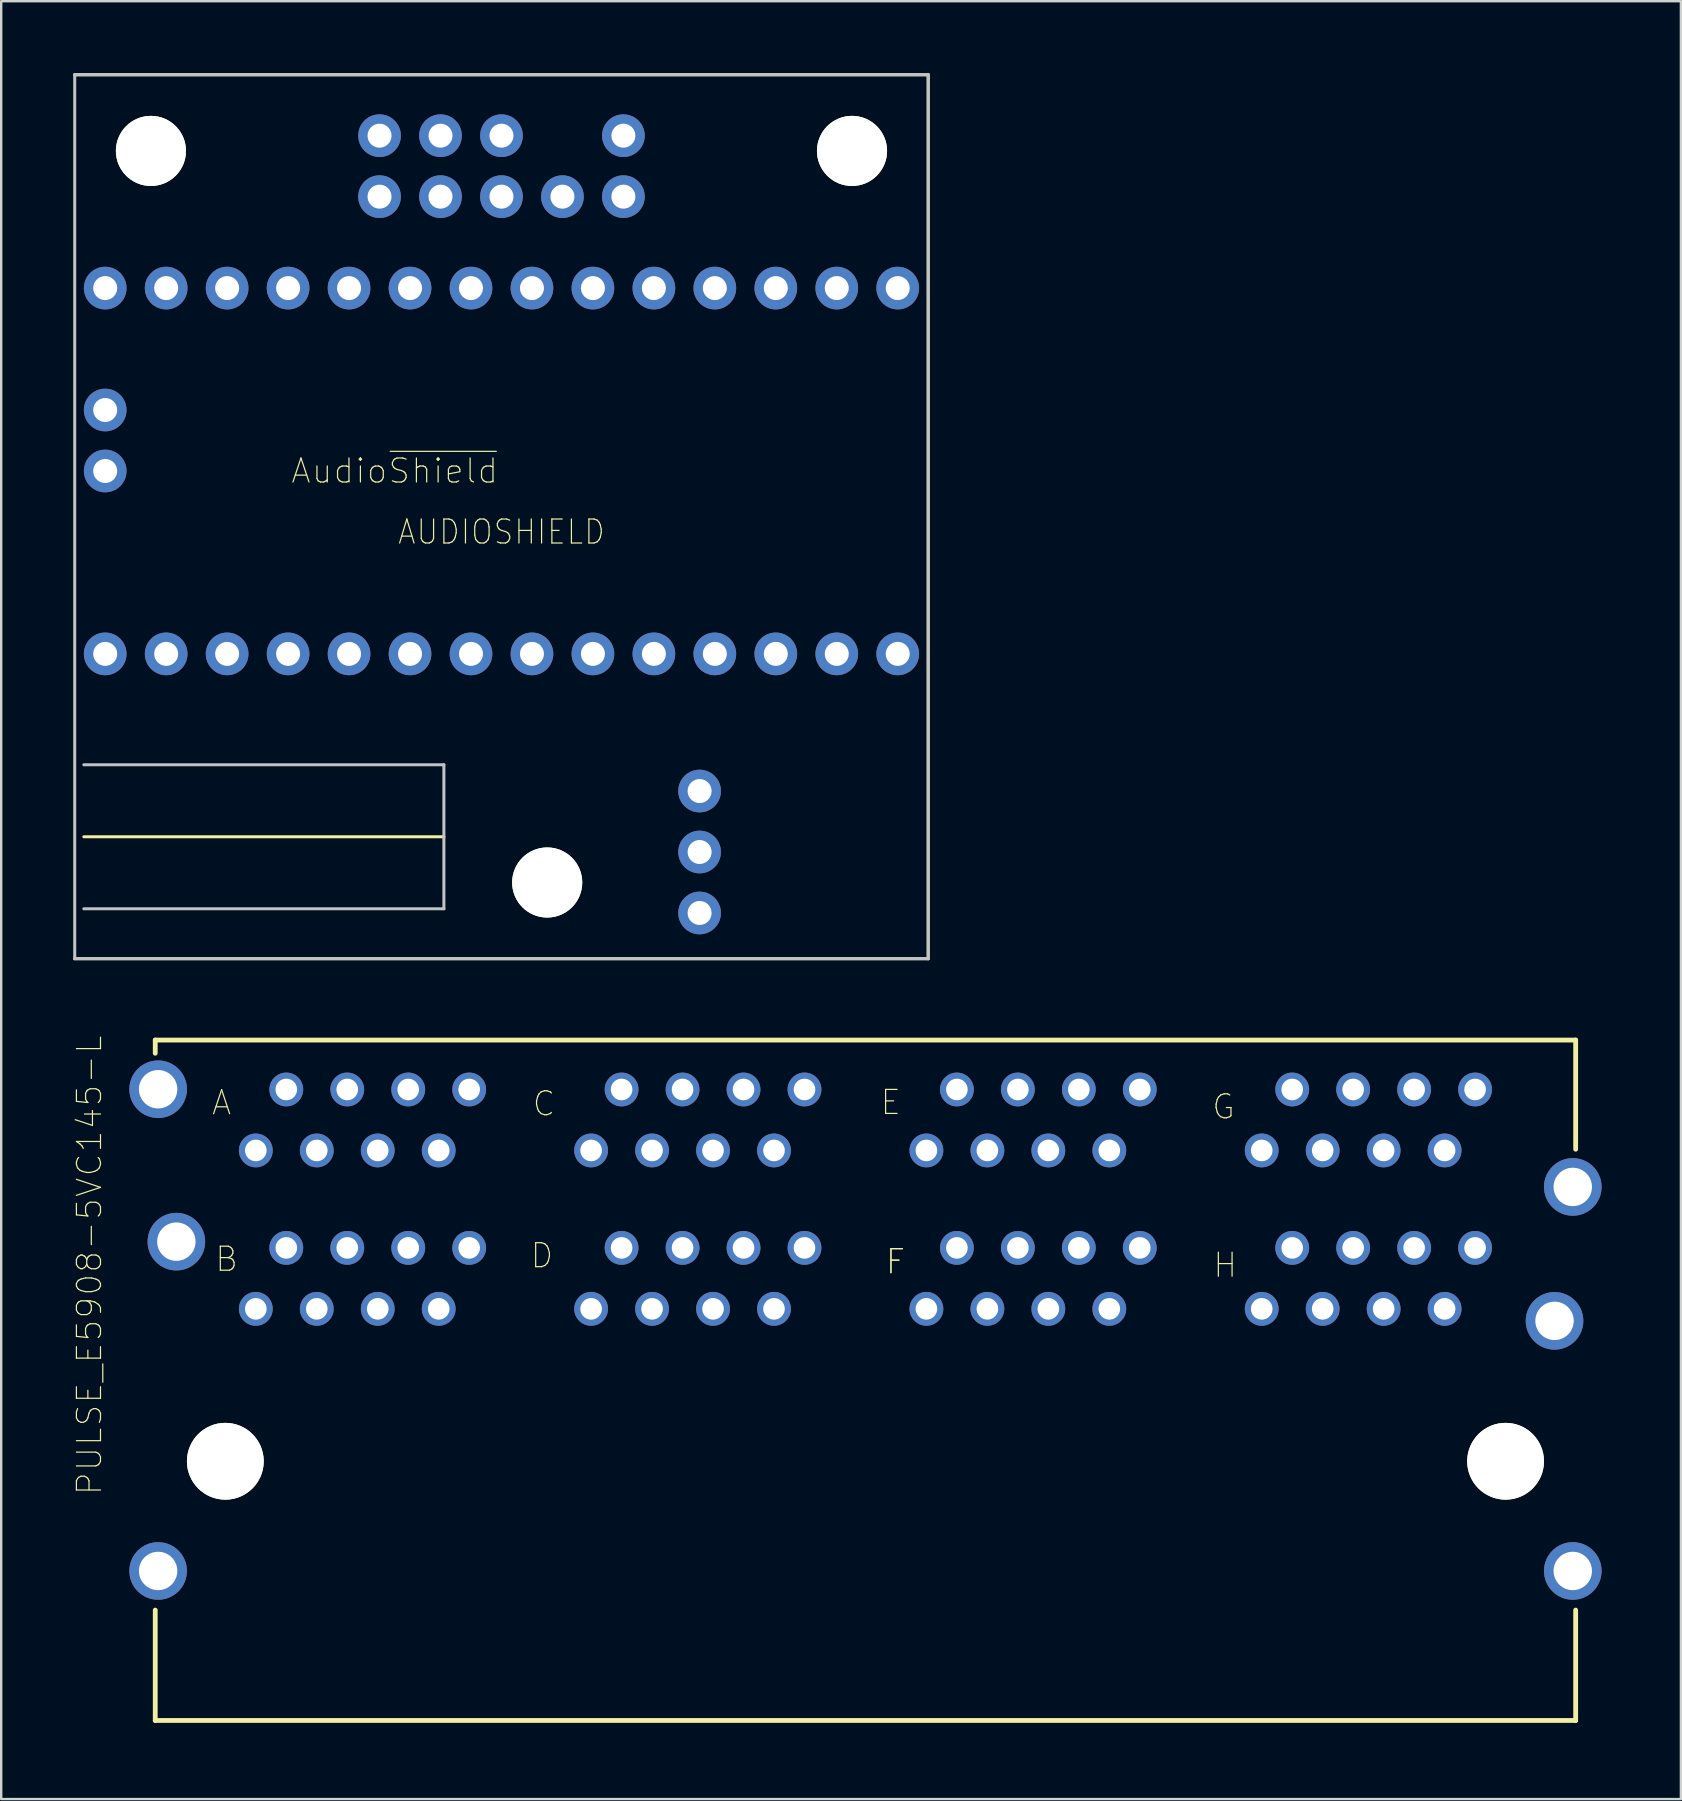
<source format=kicad_pcb>
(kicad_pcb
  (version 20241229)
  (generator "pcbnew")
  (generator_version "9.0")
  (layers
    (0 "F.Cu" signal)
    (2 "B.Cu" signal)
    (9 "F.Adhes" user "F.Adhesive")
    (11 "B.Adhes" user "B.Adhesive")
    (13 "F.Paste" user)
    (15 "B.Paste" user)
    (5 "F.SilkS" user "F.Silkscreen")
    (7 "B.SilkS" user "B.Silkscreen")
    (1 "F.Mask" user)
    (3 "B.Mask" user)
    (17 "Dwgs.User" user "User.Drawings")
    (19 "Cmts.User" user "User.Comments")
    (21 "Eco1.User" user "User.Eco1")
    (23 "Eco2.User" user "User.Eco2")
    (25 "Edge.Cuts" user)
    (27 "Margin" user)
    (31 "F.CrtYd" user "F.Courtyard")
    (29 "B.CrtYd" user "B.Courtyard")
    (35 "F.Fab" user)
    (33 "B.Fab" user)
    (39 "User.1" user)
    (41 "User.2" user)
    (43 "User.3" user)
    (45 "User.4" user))
  (footprint "AUDIOSHIELD"
    (layer "F.Cu")
    (at 17.843 19.113)
    (property "Reference" "AUDIOSHIELD" (at 0 0 0) (layer "F.SilkS") (effects (font (size 1 0.9) (thickness 0.05))))
    (attr through_hole)
    (fp_line (start -17.78 -19.05) (end 17.78 -19.05) (stroke (width 0.127) (type solid)) (layer "F.SilkS"))
    (fp_line (start -17.78 17.78) (end 17.78 17.78) (stroke (width 0.127) (type solid)) (layer "F.SilkS"))
    (fp_line (start -17.399 12.7) (end -2.399 12.7) (stroke (width 0.127) (type solid)) (layer "F.SilkS"))
    (fp_line (start 17.78 -19.05) (end 17.78 17.78) (stroke (width 0.127) (type solid)) (layer "F.SilkS"))
    (fp_line (start -17.78 -19.05) (end 17.78 -19.05) (stroke (width 0.127) (type solid)) (layer "Dwgs.User"))
    (fp_line (start -17.78 17.78) (end -17.78 -19.05) (stroke (width 0.127) (type solid)) (layer "Dwgs.User"))
    (fp_line (start -17.399 9.7) (end -2.399 9.7) (stroke (width 0.127) (type solid)) (layer "Dwgs.User"))
    (fp_line (start -17.399 15.7) (end -2.399 15.7) (stroke (width 0.127) (type solid)) (layer "Dwgs.User"))
    (fp_line (start -2.399 9.7) (end -2.399 15.7) (stroke (width 0.127) (type solid)) (layer "Dwgs.User"))
    (fp_line (start 17.78 -19.05) (end 17.78 17.78) (stroke (width 0.127) (type solid)) (layer "Dwgs.User"))
    (fp_line (start 17.78 17.78) (end -17.78 17.78) (stroke (width 0.127) (type solid)) (layer "Dwgs.User"))
    (fp_text user "Audio~{Shield}" (at -4.449 -2.542 0) (layer "F.SilkS") (effects (font (size 1 1) (thickness 0.05))))
    (pad "" np_thru_hole circle (at -14.605 -15.875) (size 2.921 2.921) (drill 2.921) (layers "*.Cu" "*.Mask" "F.SilkS"))
    (pad "" np_thru_hole circle (at 1.905 14.605) (size 2.921 2.921) (drill 2.921) (layers "*.Cu" "*.Mask" "F.SilkS"))
    (pad "" np_thru_hole circle (at 14.605 -15.875) (size 2.921 2.921) (drill 2.921) (layers "*.Cu" "*.Mask" "F.SilkS"))
    (pad "0" thru_hole circle (at -13.97 5.08) (size 1.778 1.778) (drill 1) (layers "*.Cu" "*.Mask"))
    (pad "1" thru_hole circle (at -11.43 5.08) (size 1.778 1.778) (drill 1) (layers "*.Cu" "*.Mask"))
    (pad "2" thru_hole circle (at -8.89 5.08) (size 1.778 1.778) (drill 1) (layers "*.Cu" "*.Mask"))
    (pad "3" thru_hole circle (at -6.35 5.08) (size 1.778 1.778) (drill 1) (layers "*.Cu" "*.Mask"))
    (pad "3V" thru_hole circle (at -11.43 -10.16) (size 1.778 1.778) (drill 1) (layers "*.Cu" "*.Mask"))
    (pad "4" thru_hole circle (at -3.81 5.08) (size 1.778 1.778) (drill 1) (layers "*.Cu" "*.Mask"))
    (pad "5" thru_hole circle (at -1.27 5.08) (size 1.778 1.778) (drill 1) (layers "*.Cu" "*.Mask"))
    (pad "5V" thru_hole circle (at -16.51 -10.16 180) (size 1.778 1.778) (drill 1) (layers "*.Cu" "*.Mask"))
    (pad "6" thru_hole circle (at 1.27 5.08) (size 1.778 1.778) (drill 1) (layers "*.Cu" "*.Mask"))
    (pad "7" thru_hole circle (at 3.81 5.08) (size 1.778 1.778) (drill 1) (layers "*.Cu" "*.Mask"))
    (pad "8" thru_hole circle (at 6.35 5.08) (size 1.778 1.778) (drill 1) (layers "*.Cu" "*.Mask"))
    (pad "9" thru_hole circle (at 8.89 5.08) (size 1.778 1.778) (drill 1) (layers "*.Cu" "*.Mask"))
    (pad "10" thru_hole circle (at 11.43 5.08) (size 1.778 1.778) (drill 1) (layers "*.Cu" "*.Mask"))
    (pad "11" thru_hole circle (at 13.97 5.08) (size 1.778 1.778) (drill 1) (layers "*.Cu" "*.Mask"))
    (pad "12" thru_hole circle (at 16.51 5.08) (size 1.778 1.778) (drill 1) (layers "*.Cu" "*.Mask"))
    (pad "13" thru_hole circle (at 16.51 -10.16) (size 1.778 1.778) (drill 1) (layers "*.Cu" "*.Mask"))
    (pad "14" thru_hole circle (at 13.97 -10.16) (size 1.778 1.778) (drill 1) (layers "*.Cu" "*.Mask"))
    (pad "15" thru_hole circle (at 11.43 -10.16) (size 1.778 1.778) (drill 1) (layers "*.Cu" "*.Mask"))
    (pad "16" thru_hole circle (at 8.89 -10.16) (size 1.778 1.778) (drill 1) (layers "*.Cu" "*.Mask"))
    (pad "17" thru_hole circle (at 6.35 -10.16) (size 1.778 1.778) (drill 1) (layers "*.Cu" "*.Mask"))
    (pad "18" thru_hole circle (at 3.81 -10.16) (size 1.778 1.778) (drill 1) (layers "*.Cu" "*.Mask"))
    (pad "19" thru_hole circle (at 1.27 -10.16) (size 1.778 1.778) (drill 1) (layers "*.Cu" "*.Mask"))
    (pad "20" thru_hole circle (at -1.27 -10.16) (size 1.778 1.778) (drill 1) (layers "*.Cu" "*.Mask"))
    (pad "21" thru_hole circle (at -3.81 -10.16) (size 1.778 1.778) (drill 1) (layers "*.Cu" "*.Mask"))
    (pad "22" thru_hole circle (at -6.35 -10.16) (size 1.778 1.778) (drill 1) (layers "*.Cu" "*.Mask"))
    (pad "23" thru_hole circle (at -8.89 -10.16) (size 1.778 1.778) (drill 1) (layers "*.Cu" "*.Mask"))
    (pad "G" thru_hole circle (at -13.97 -10.16) (size 1.778 1.778) (drill 1) (layers "*.Cu" "*.Mask"))
    (pad "GND" thru_hole circle (at -16.51 5.08) (size 1.778 1.778) (drill 1) (layers "*.Cu" "*.Mask"))
    (pad "GND_MIC" thru_hole circle (at -16.51 -2.54) (size 1.778 1.778) (drill 1) (layers "*.Cu" "*.Mask"))
    (pad "INGND1" thru_hole circle (at -5.08 -16.51) (size 1.778 1.778) (drill 1) (layers "*.Cu" "*.Mask"))
    (pad "INGND2" thru_hole circle (at -2.54 -16.51) (size 1.778 1.778) (drill 1) (layers "*.Cu" "*.Mask"))
    (pad "INL" thru_hole circle (at -5.08 -13.97) (size 1.778 1.778) (drill 1) (layers "*.Cu" "*.Mask"))
    (pad "INR" thru_hole circle (at -2.54 -13.97) (size 1.778 1.778) (drill 1) (layers "*.Cu" "*.Mask"))
    (pad "MIC" thru_hole circle (at -16.51 -5.08) (size 1.778 1.778) (drill 1) (layers "*.Cu" "*.Mask"))
    (pad "OUTGND" thru_hole circle (at 2.54 -13.97) (size 1.778 1.778) (drill 1) (layers "*.Cu" "*.Mask"))
    (pad "OUTL" thru_hole circle (at 5.08 -13.97) (size 1.778 1.778) (drill 1) (layers "*.Cu" "*.Mask"))
    (pad "OUTR" thru_hole circle (at 0 -13.97) (size 1.778 1.778) (drill 1) (layers "*.Cu" "*.Mask"))
    (pad "UNUSED1" thru_hole circle (at 0 -16.51) (size 1.778 1.778) (drill 1) (layers "*.Cu" "*.Mask"))
    (pad "UNUSED2" thru_hole circle (at 5.08 -16.51) (size 1.778 1.778) (drill 1) (layers "*.Cu" "*.Mask"))
    (pad "VOL" thru_hole circle (at 8.255 13.335 90) (size 1.778 1.778) (drill 1) (layers "*.Cu" "*.Mask"))
    (pad "VOL_3.3V" thru_hole circle (at 8.255 15.875) (size 1.778 1.778) (drill 1) (layers "*.Cu" "*.Mask"))
    (pad "VOL_GND" thru_hole circle (at 8.255 10.795 90) (size 1.778 1.778) (drill 1) (layers "*.Cu" "*.Mask")))
  (footprint "PULSE_E5908-5VC145-L"
    (layer "F.Cu")
    (at 33.008 57.832)
    (property "Reference" "PULSE_E5908-5VC145-L" (at -32.333 -8.165 90) (layer "F.SilkS") (effects (font (size 1.003 1.003) (thickness 0.05))))
    (attr through_hole)
    (fp_line (start -29.59 -17.55) (end -29.59 -17) (stroke (width 0.2) (type solid)) (layer "F.SilkS"))
    (fp_line (start -29.59 -17.55) (end 29.59 -17.55) (stroke (width 0.2) (type solid)) (layer "F.SilkS"))
    (fp_line (start -29.59 10.8) (end -29.59 6.2) (stroke (width 0.2) (type solid)) (layer "F.SilkS"))
    (fp_line (start 29.59 -17.55) (end 29.59 -13) (stroke (width 0.2) (type solid)) (layer "F.SilkS"))
    (fp_line (start 29.59 10.8) (end -29.59 10.8) (stroke (width 0.2) (type solid)) (layer "F.SilkS"))
    (fp_line (start 29.59 10.8) (end 29.59 6.2) (stroke (width 0.2) (type solid)) (layer "F.SilkS"))
    (fp_line (start -30.95 -17.85) (end 30.95 -17.85) (stroke (width 0.05) (type solid)) (layer "Eco1.User"))
    (fp_line (start -30.95 11.05) (end -30.95 -17.85) (stroke (width 0.05) (type solid)) (layer "Eco1.User"))
    (fp_line (start 30.95 -17.85) (end 30.95 11.05) (stroke (width 0.05) (type solid)) (layer "Eco1.User"))
    (fp_line (start 30.95 11.05) (end -30.95 11.05) (stroke (width 0.05) (type solid)) (layer "Eco1.User"))
    (fp_text user "B" (at -26.617 -8.421 0) (layer "F.SilkS") (effects (font (size 1 1) (thickness 0.05))))
    (fp_text user "D" (at -13.478 -8.568 0) (layer "F.SilkS") (effects (font (size 1 1) (thickness 0.05))))
    (fp_text user "C" (at -13.394 -14.899 0) (layer "F.SilkS") (effects (font (size 1 1) (thickness 0.05))))
    (fp_text user "H" (at 14.989 -8.171 0) (layer "F.SilkS") (effects (font (size 1 1) (thickness 0.05))))
    (fp_text user "F" (at 1.252 -8.314 0) (layer "F.SilkS") (effects (font (size 1 1) (thickness 0.05))))
    (fp_text user "A" (at -26.825 -14.942 0) (layer "F.SilkS") (effects (font (size 1 1) (thickness 0.05))))
    (fp_text user "E" (at 1.054 -14.953 0) (layer "F.SilkS") (effects (font (size 1 1) (thickness 0.05))))
    (fp_text user "F" (at 1.253 -8.32 0) (layer "F.SilkS") (effects (font (size 1 1) (thickness 0.05))))
    (fp_text user "G" (at 14.919 -14.769 0) (layer "F.SilkS") (effects (font (size 1 1) (thickness 0.05))))
    (pad "" np_thru_hole circle (at -26.67 0) (size 3.2 3.2) (drill 3.2) (layers "*.Cu" "*.Mask" "F.SilkS"))
    (pad "" np_thru_hole circle (at 26.67 0) (size 3.2 3.2) (drill 3.2) (layers "*.Cu" "*.Mask" "F.SilkS"))
    (pad "A1" thru_hole circle (at -16.51 -15.49) (size 1.408 1.408) (drill 0.9) (layers "*.Cu" "*.Mask"))
    (pad "A2" thru_hole circle (at -17.78 -12.95) (size 1.408 1.408) (drill 0.9) (layers "*.Cu" "*.Mask"))
    (pad "A3" thru_hole circle (at -19.05 -15.49) (size 1.408 1.408) (drill 0.9) (layers "*.Cu" "*.Mask"))
    (pad "A4" thru_hole circle (at -20.32 -12.95) (size 1.408 1.408) (drill 0.9) (layers "*.Cu" "*.Mask"))
    (pad "A5" thru_hole circle (at -21.59 -15.49) (size 1.408 1.408) (drill 0.9) (layers "*.Cu" "*.Mask"))
    (pad "A6" thru_hole circle (at -22.86 -12.95) (size 1.408 1.408) (drill 0.9) (layers "*.Cu" "*.Mask"))
    (pad "A7" thru_hole circle (at -24.13 -15.49) (size 1.408 1.408) (drill 0.9) (layers "*.Cu" "*.Mask"))
    (pad "A8" thru_hole circle (at -25.4 -12.95) (size 1.408 1.408) (drill 0.9) (layers "*.Cu" "*.Mask"))
    (pad "B1" thru_hole circle (at -25.4 -6.35) (size 1.408 1.408) (drill 0.9) (layers "*.Cu" "*.Mask"))
    (pad "B2" thru_hole circle (at -24.13 -8.89) (size 1.408 1.408) (drill 0.9) (layers "*.Cu" "*.Mask"))
    (pad "B3" thru_hole circle (at -22.86 -6.35) (size 1.408 1.408) (drill 0.9) (layers "*.Cu" "*.Mask"))
    (pad "B4" thru_hole circle (at -21.59 -8.89) (size 1.408 1.408) (drill 0.9) (layers "*.Cu" "*.Mask"))
    (pad "B5" thru_hole circle (at -20.32 -6.35) (size 1.408 1.408) (drill 0.9) (layers "*.Cu" "*.Mask"))
    (pad "B6" thru_hole circle (at -19.05 -8.89) (size 1.408 1.408) (drill 0.9) (layers "*.Cu" "*.Mask"))
    (pad "B7" thru_hole circle (at -17.78 -6.35) (size 1.408 1.408) (drill 0.9) (layers "*.Cu" "*.Mask"))
    (pad "B8" thru_hole circle (at -16.51 -8.89) (size 1.408 1.408) (drill 0.9) (layers "*.Cu" "*.Mask"))
    (pad "C1" thru_hole circle (at -2.54 -15.49) (size 1.408 1.408) (drill 0.9) (layers "*.Cu" "*.Mask"))
    (pad "C2" thru_hole circle (at -3.81 -12.95) (size 1.408 1.408) (drill 0.9) (layers "*.Cu" "*.Mask"))
    (pad "C3" thru_hole circle (at -5.08 -15.49) (size 1.408 1.408) (drill 0.9) (layers "*.Cu" "*.Mask"))
    (pad "C4" thru_hole circle (at -6.35 -12.95) (size 1.408 1.408) (drill 0.9) (layers "*.Cu" "*.Mask"))
    (pad "C5" thru_hole circle (at -7.62 -15.49) (size 1.408 1.408) (drill 0.9) (layers "*.Cu" "*.Mask"))
    (pad "C6" thru_hole circle (at -8.89 -12.95) (size 1.408 1.408) (drill 0.9) (layers "*.Cu" "*.Mask"))
    (pad "C7" thru_hole circle (at -10.16 -15.49) (size 1.408 1.408) (drill 0.9) (layers "*.Cu" "*.Mask"))
    (pad "C8" thru_hole circle (at -11.43 -12.95) (size 1.408 1.408) (drill 0.9) (layers "*.Cu" "*.Mask"))
    (pad "D1" thru_hole circle (at -11.43 -6.35) (size 1.408 1.408) (drill 0.9) (layers "*.Cu" "*.Mask"))
    (pad "D2" thru_hole circle (at -10.16 -8.89) (size 1.408 1.408) (drill 0.9) (layers "*.Cu" "*.Mask"))
    (pad "D3" thru_hole circle (at -8.89 -6.35) (size 1.408 1.408) (drill 0.9) (layers "*.Cu" "*.Mask"))
    (pad "D4" thru_hole circle (at -7.62 -8.89) (size 1.408 1.408) (drill 0.9) (layers "*.Cu" "*.Mask"))
    (pad "D5" thru_hole circle (at -6.35 -6.35) (size 1.408 1.408) (drill 0.9) (layers "*.Cu" "*.Mask"))
    (pad "D6" thru_hole circle (at -5.08 -8.89) (size 1.408 1.408) (drill 0.9) (layers "*.Cu" "*.Mask"))
    (pad "D7" thru_hole circle (at -3.81 -6.35) (size 1.408 1.408) (drill 0.9) (layers "*.Cu" "*.Mask"))
    (pad "D8" thru_hole circle (at -2.54 -8.89) (size 1.408 1.408) (drill 0.9) (layers "*.Cu" "*.Mask"))
    (pad "E1" thru_hole circle (at 11.43 -15.49) (size 1.408 1.408) (drill 0.9) (layers "*.Cu" "*.Mask"))
    (pad "E2" thru_hole circle (at 10.16 -12.95) (size 1.408 1.408) (drill 0.9) (layers "*.Cu" "*.Mask"))
    (pad "E3" thru_hole circle (at 8.89 -15.49) (size 1.408 1.408) (drill 0.9) (layers "*.Cu" "*.Mask"))
    (pad "E4" thru_hole circle (at 7.62 -12.95) (size 1.408 1.408) (drill 0.9) (layers "*.Cu" "*.Mask"))
    (pad "E5" thru_hole circle (at 6.35 -15.49) (size 1.408 1.408) (drill 0.9) (layers "*.Cu" "*.Mask"))
    (pad "E6" thru_hole circle (at 5.08 -12.95) (size 1.408 1.408) (drill 0.9) (layers "*.Cu" "*.Mask"))
    (pad "E7" thru_hole circle (at 3.81 -15.49) (size 1.408 1.408) (drill 0.9) (layers "*.Cu" "*.Mask"))
    (pad "E8" thru_hole circle (at 2.54 -12.95) (size 1.408 1.408) (drill 0.9) (layers "*.Cu" "*.Mask"))
    (pad "F1" thru_hole circle (at 2.54 -6.35) (size 1.408 1.408) (drill 0.9) (layers "*.Cu" "*.Mask"))
    (pad "F2" thru_hole circle (at 3.81 -8.89) (size 1.408 1.408) (drill 0.9) (layers "*.Cu" "*.Mask"))
    (pad "F3" thru_hole circle (at 5.08 -6.35) (size 1.408 1.408) (drill 0.9) (layers "*.Cu" "*.Mask"))
    (pad "F4" thru_hole circle (at 6.35 -8.89) (size 1.408 1.408) (drill 0.9) (layers "*.Cu" "*.Mask"))
    (pad "F5" thru_hole circle (at 7.62 -6.35) (size 1.408 1.408) (drill 0.9) (layers "*.Cu" "*.Mask"))
    (pad "F6" thru_hole circle (at 8.89 -8.89) (size 1.408 1.408) (drill 0.9) (layers "*.Cu" "*.Mask"))
    (pad "F7" thru_hole circle (at 10.16 -6.35) (size 1.408 1.408) (drill 0.9) (layers "*.Cu" "*.Mask"))
    (pad "F8" thru_hole circle (at 11.43 -8.89) (size 1.408 1.408) (drill 0.9) (layers "*.Cu" "*.Mask"))
    (pad "G1" thru_hole circle (at 25.4 -15.49) (size 1.408 1.408) (drill 0.9) (layers "*.Cu" "*.Mask"))
    (pad "G2" thru_hole circle (at 24.13 -12.95) (size 1.408 1.408) (drill 0.9) (layers "*.Cu" "*.Mask"))
    (pad "G3" thru_hole circle (at 22.86 -15.49) (size 1.408 1.408) (drill 0.9) (layers "*.Cu" "*.Mask"))
    (pad "G4" thru_hole circle (at 21.59 -12.95) (size 1.408 1.408) (drill 0.9) (layers "*.Cu" "*.Mask"))
    (pad "G5" thru_hole circle (at 20.32 -15.49) (size 1.408 1.408) (drill 0.9) (layers "*.Cu" "*.Mask"))
    (pad "G6" thru_hole circle (at 19.05 -12.95) (size 1.408 1.408) (drill 0.9) (layers "*.Cu" "*.Mask"))
    (pad "G7" thru_hole circle (at 17.78 -15.49) (size 1.408 1.408) (drill 0.9) (layers "*.Cu" "*.Mask"))
    (pad "G8" thru_hole circle (at 16.51 -12.95) (size 1.408 1.408) (drill 0.9) (layers "*.Cu" "*.Mask"))
    (pad "H1" thru_hole circle (at 16.51 -6.35) (size 1.408 1.408) (drill 0.9) (layers "*.Cu" "*.Mask"))
    (pad "H2" thru_hole circle (at 17.78 -8.89) (size 1.408 1.408) (drill 0.9) (layers "*.Cu" "*.Mask"))
    (pad "H3" thru_hole circle (at 19.05 -6.35) (size 1.408 1.408) (drill 0.9) (layers "*.Cu" "*.Mask"))
    (pad "H4" thru_hole circle (at 20.32 -8.89) (size 1.408 1.408) (drill 0.9) (layers "*.Cu" "*.Mask"))
    (pad "H5" thru_hole circle (at 21.59 -6.35) (size 1.408 1.408) (drill 0.9) (layers "*.Cu" "*.Mask"))
    (pad "H6" thru_hole circle (at 22.86 -8.89) (size 1.408 1.408) (drill 0.9) (layers "*.Cu" "*.Mask"))
    (pad "H7" thru_hole circle (at 24.13 -6.35) (size 1.408 1.408) (drill 0.9) (layers "*.Cu" "*.Mask"))
    (pad "H8" thru_hole circle (at 25.4 -8.89) (size 1.408 1.408) (drill 0.9) (layers "*.Cu" "*.Mask"))
    (pad "P1" thru_hole circle (at -29.47 -15.5) (size 2.4 2.4) (drill 1.6) (layers "*.Cu" "*.Mask"))
    (pad "P2" thru_hole circle (at -28.71 -9.15) (size 2.4 2.4) (drill 1.6) (layers "*.Cu" "*.Mask"))
    (pad "P3" thru_hole circle (at -29.47 4.57) (size 2.4 2.4) (drill 1.6) (layers "*.Cu" "*.Mask"))
    (pad "P4" thru_hole circle (at 29.47 -11.43) (size 2.4 2.4) (drill 1.6) (layers "*.Cu" "*.Mask"))
    (pad "P5" thru_hole circle (at 28.71 -5.85) (size 2.4 2.4) (drill 1.6) (layers "*.Cu" "*.Mask"))
    (pad "P6" thru_hole circle (at 29.47 4.57) (size 2.4 2.4) (drill 1.6) (layers "*.Cu" "*.Mask")))
  (gr_rect
    (start -3 -3)
    (end 66.983 71.907)
    (stroke (width 0.1) (type default))
    (fill no)
    (layer "Edge.Cuts")))
</source>
